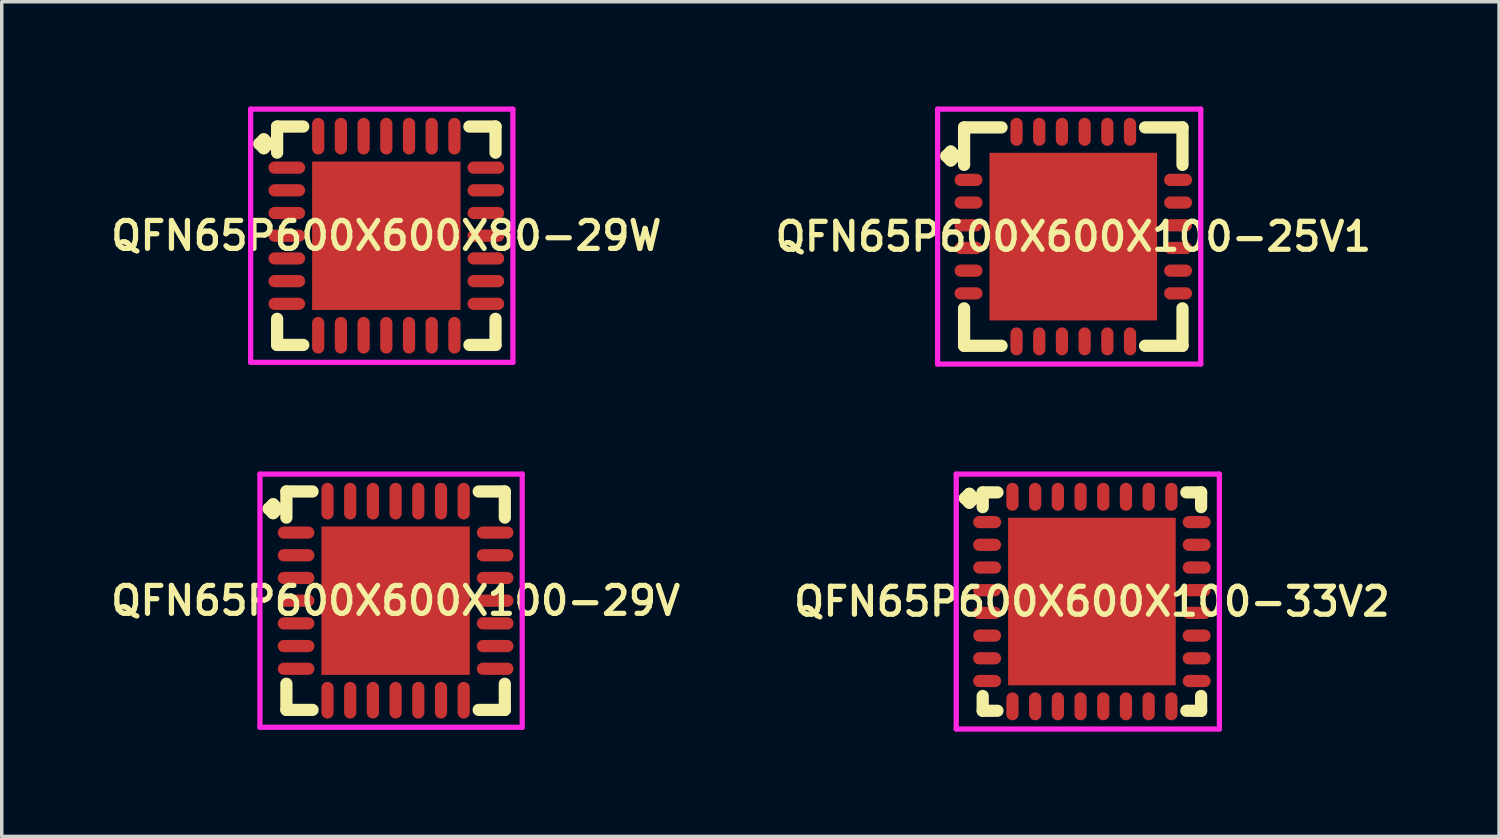
<source format=kicad_pcb>
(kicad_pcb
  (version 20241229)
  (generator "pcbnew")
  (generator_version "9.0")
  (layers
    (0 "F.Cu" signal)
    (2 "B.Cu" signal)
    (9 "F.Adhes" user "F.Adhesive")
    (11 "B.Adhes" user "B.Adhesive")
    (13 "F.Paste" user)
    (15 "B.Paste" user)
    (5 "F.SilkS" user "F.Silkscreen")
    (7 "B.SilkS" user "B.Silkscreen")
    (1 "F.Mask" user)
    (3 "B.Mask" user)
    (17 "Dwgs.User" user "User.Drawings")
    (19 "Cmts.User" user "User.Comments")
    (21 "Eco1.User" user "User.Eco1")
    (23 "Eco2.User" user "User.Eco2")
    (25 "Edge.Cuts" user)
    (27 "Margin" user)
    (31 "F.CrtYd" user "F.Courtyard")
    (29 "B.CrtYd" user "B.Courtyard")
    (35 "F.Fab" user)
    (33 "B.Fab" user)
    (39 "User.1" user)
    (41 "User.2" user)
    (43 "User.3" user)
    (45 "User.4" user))
  (footprint "QFN65P600X600X100-25V1"
    (layer "F.Cu")
    (at 27.683 3.725)
    (property "Reference" "QFN65P600X600X100-25V1" (at 0 0 0) (layer "F.SilkS") (effects (font (size 0.8 0.8) (thickness 0.15))))
    (attr smd)
    (fp_line (start -3.635 -2.308) (end -3.508 -2.435) (stroke (width 0.35) (type solid)) (layer "F.SilkS"))
    (fp_line (start -3.508 -2.435) (end -3.381 -2.308) (stroke (width 0.35) (type solid)) (layer "F.SilkS"))
    (fp_line (start -3.508 -2.181) (end -3.635 -2.308) (stroke (width 0.35) (type solid)) (layer "F.SilkS"))
    (fp_line (start -3.381 -2.308) (end -3.508 -2.181) (stroke (width 0.35) (type solid)) (layer "F.SilkS"))
    (fp_line (start -3.127 -3.127) (end -2.054 -3.127) (stroke (width 0.35) (type solid)) (layer "F.SilkS"))
    (fp_line (start -3.127 -2.054) (end -3.127 -3.127) (stroke (width 0.35) (type solid)) (layer "F.SilkS"))
    (fp_line (start -3.127 2.054) (end -3.127 3.127) (stroke (width 0.35) (type solid)) (layer "F.SilkS"))
    (fp_line (start -3.127 3.127) (end -2.054 3.127) (stroke (width 0.35) (type solid)) (layer "F.SilkS"))
    (fp_line (start 2.054 -3.127) (end 3.127 -3.127) (stroke (width 0.35) (type solid)) (layer "F.SilkS"))
    (fp_line (start 2.054 3.127) (end 3.127 3.127) (stroke (width 0.35) (type solid)) (layer "F.SilkS"))
    (fp_line (start 3.127 -3.127) (end 3.127 -2.054) (stroke (width 0.35) (type solid)) (layer "F.SilkS"))
    (fp_line (start 3.127 3.127) (end 3.127 2.054) (stroke (width 0.35) (type solid)) (layer "F.SilkS"))
    (fp_line (start -3.885 -3.65) (end 3.65 -3.65) (stroke (width 0.15) (type solid)) (layer "F.CrtYd"))
    (fp_line (start -3.885 3.65) (end -3.885 -3.65) (stroke (width 0.15) (type solid)) (layer "F.CrtYd"))
    (fp_line (start 3.65 -3.65) (end 3.65 3.65) (stroke (width 0.15) (type solid)) (layer "F.CrtYd"))
    (fp_line (start 3.65 3.65) (end -3.885 3.65) (stroke (width 0.15) (type solid)) (layer "F.CrtYd"))
    (pad "1" smd oval (at -3 -1.625) (size 0.8 0.35) (layers "F.Cu" "F.Mask" "F.Paste"))
    (pad "2" smd oval (at -3 -0.975) (size 0.8 0.35) (layers "F.Cu" "F.Mask" "F.Paste"))
    (pad "3" smd oval (at -3 -0.325) (size 0.8 0.35) (layers "F.Cu" "F.Mask" "F.Paste"))
    (pad "4" smd oval (at -3 0.325) (size 0.8 0.35) (layers "F.Cu" "F.Mask" "F.Paste"))
    (pad "5" smd oval (at -3 0.975) (size 0.8 0.35) (layers "F.Cu" "F.Mask" "F.Paste"))
    (pad "6" smd oval (at -3 1.625) (size 0.8 0.35) (layers "F.Cu" "F.Mask" "F.Paste"))
    (pad "7" smd oval (at -1.625 3) (size 0.35 0.8) (layers "F.Cu" "F.Mask" "F.Paste"))
    (pad "8" smd oval (at -0.975 3) (size 0.35 0.8) (layers "F.Cu" "F.Mask" "F.Paste"))
    (pad "9" smd oval (at -0.325 3) (size 0.35 0.8) (layers "F.Cu" "F.Mask" "F.Paste"))
    (pad "10" smd oval (at 0.325 3) (size 0.35 0.8) (layers "F.Cu" "F.Mask" "F.Paste"))
    (pad "11" smd oval (at 0.975 3) (size 0.35 0.8) (layers "F.Cu" "F.Mask" "F.Paste"))
    (pad "12" smd oval (at 1.625 3) (size 0.35 0.8) (layers "F.Cu" "F.Mask" "F.Paste"))
    (pad "13" smd oval (at 3 1.625) (size 0.8 0.35) (layers "F.Cu" "F.Mask" "F.Paste"))
    (pad "14" smd oval (at 3 0.975) (size 0.8 0.35) (layers "F.Cu" "F.Mask" "F.Paste"))
    (pad "15" smd oval (at 3 0.325) (size 0.8 0.35) (layers "F.Cu" "F.Mask" "F.Paste"))
    (pad "16" smd oval (at 3 -0.325) (size 0.8 0.35) (layers "F.Cu" "F.Mask" "F.Paste"))
    (pad "17" smd oval (at 3 -0.975) (size 0.8 0.35) (layers "F.Cu" "F.Mask" "F.Paste"))
    (pad "18" smd oval (at 3 -1.625) (size 0.8 0.35) (layers "F.Cu" "F.Mask" "F.Paste"))
    (pad "19" smd oval (at 1.625 -3) (size 0.35 0.8) (layers "F.Cu" "F.Mask" "F.Paste"))
    (pad "20" smd oval (at 0.975 -3) (size 0.35 0.8) (layers "F.Cu" "F.Mask" "F.Paste"))
    (pad "21" smd oval (at 0.325 -3) (size 0.35 0.8) (layers "F.Cu" "F.Mask" "F.Paste"))
    (pad "22" smd oval (at -0.325 -3) (size 0.35 0.8) (layers "F.Cu" "F.Mask" "F.Paste"))
    (pad "23" smd oval (at -0.975 -3) (size 0.35 0.8) (layers "F.Cu" "F.Mask" "F.Paste"))
    (pad "24" smd oval (at -1.625 -3) (size 0.35 0.8) (layers "F.Cu" "F.Mask" "F.Paste"))
    (pad "25" smd rect (at 0 0) (size 4.8 4.8) (layers "F.Cu" "F.Mask" "F.Paste")))
  (footprint "QFN65P600X600X80-29W"
    (layer "F.Cu")
    (at 8.012 3.7)
    (property "Reference" "QFN65P600X600X80-29W" (at 0 0 0) (layer "F.SilkS") (effects (font (size 0.8 0.8) (thickness 0.15))))
    (attr smd)
    (fp_line (start -3.635 -2.633) (end -3.508 -2.76) (stroke (width 0.35) (type solid)) (layer "F.SilkS"))
    (fp_line (start -3.508 -2.76) (end -3.381 -2.633) (stroke (width 0.35) (type solid)) (layer "F.SilkS"))
    (fp_line (start -3.508 -2.506) (end -3.635 -2.633) (stroke (width 0.35) (type solid)) (layer "F.SilkS"))
    (fp_line (start -3.381 -2.633) (end -3.508 -2.506) (stroke (width 0.35) (type solid)) (layer "F.SilkS"))
    (fp_line (start -3.127 -3.127) (end -2.379 -3.127) (stroke (width 0.35) (type solid)) (layer "F.SilkS"))
    (fp_line (start -3.127 -2.379) (end -3.127 -3.127) (stroke (width 0.35) (type solid)) (layer "F.SilkS"))
    (fp_line (start -3.127 2.379) (end -3.127 3.127) (stroke (width 0.35) (type solid)) (layer "F.SilkS"))
    (fp_line (start -3.127 3.127) (end -2.379 3.127) (stroke (width 0.35) (type solid)) (layer "F.SilkS"))
    (fp_line (start 2.379 -3.127) (end 3.127 -3.127) (stroke (width 0.35) (type solid)) (layer "F.SilkS"))
    (fp_line (start 2.379 3.127) (end 3.127 3.127) (stroke (width 0.35) (type solid)) (layer "F.SilkS"))
    (fp_line (start 3.127 -3.127) (end 3.127 -2.379) (stroke (width 0.35) (type solid)) (layer "F.SilkS"))
    (fp_line (start 3.127 3.127) (end 3.127 2.379) (stroke (width 0.35) (type solid)) (layer "F.SilkS"))
    (fp_line (start -3.885 -3.625) (end 3.625 -3.625) (stroke (width 0.15) (type solid)) (layer "F.CrtYd"))
    (fp_line (start -3.885 3.625) (end -3.885 -3.625) (stroke (width 0.15) (type solid)) (layer "F.CrtYd"))
    (fp_line (start 3.625 -3.625) (end 3.625 3.625) (stroke (width 0.15) (type solid)) (layer "F.CrtYd"))
    (fp_line (start 3.625 3.625) (end -3.885 3.625) (stroke (width 0.15) (type solid)) (layer "F.CrtYd"))
    (pad "1" smd oval (at -2.85 -1.95) (size 1.05 0.35) (layers "F.Cu" "F.Mask" "F.Paste"))
    (pad "2" smd oval (at -2.85 -1.3) (size 1.05 0.35) (layers "F.Cu" "F.Mask" "F.Paste"))
    (pad "3" smd oval (at -2.85 -0.65) (size 1.05 0.35) (layers "F.Cu" "F.Mask" "F.Paste"))
    (pad "4" smd oval (at -2.85 0) (size 1.05 0.35) (layers "F.Cu" "F.Mask" "F.Paste"))
    (pad "5" smd oval (at -2.85 0.65) (size 1.05 0.35) (layers "F.Cu" "F.Mask" "F.Paste"))
    (pad "6" smd oval (at -2.85 1.3) (size 1.05 0.35) (layers "F.Cu" "F.Mask" "F.Paste"))
    (pad "7" smd oval (at -2.85 1.95) (size 1.05 0.35) (layers "F.Cu" "F.Mask" "F.Paste"))
    (pad "8" smd oval (at -1.95 2.85) (size 0.35 1.05) (layers "F.Cu" "F.Mask" "F.Paste"))
    (pad "9" smd oval (at -1.3 2.85) (size 0.35 1.05) (layers "F.Cu" "F.Mask" "F.Paste"))
    (pad "10" smd oval (at -0.65 2.85) (size 0.35 1.05) (layers "F.Cu" "F.Mask" "F.Paste"))
    (pad "11" smd oval (at 0 2.85) (size 0.35 1.05) (layers "F.Cu" "F.Mask" "F.Paste"))
    (pad "12" smd oval (at 0.65 2.85) (size 0.35 1.05) (layers "F.Cu" "F.Mask" "F.Paste"))
    (pad "13" smd oval (at 1.3 2.85) (size 0.35 1.05) (layers "F.Cu" "F.Mask" "F.Paste"))
    (pad "14" smd oval (at 1.95 2.85) (size 0.35 1.05) (layers "F.Cu" "F.Mask" "F.Paste"))
    (pad "15" smd oval (at 2.85 1.95) (size 1.05 0.35) (layers "F.Cu" "F.Mask" "F.Paste"))
    (pad "16" smd oval (at 2.85 1.3) (size 1.05 0.35) (layers "F.Cu" "F.Mask" "F.Paste"))
    (pad "17" smd oval (at 2.85 0.65) (size 1.05 0.35) (layers "F.Cu" "F.Mask" "F.Paste"))
    (pad "18" smd oval (at 2.85 0) (size 1.05 0.35) (layers "F.Cu" "F.Mask" "F.Paste"))
    (pad "19" smd oval (at 2.85 -0.65) (size 1.05 0.35) (layers "F.Cu" "F.Mask" "F.Paste"))
    (pad "20" smd oval (at 2.85 -1.3) (size 1.05 0.35) (layers "F.Cu" "F.Mask" "F.Paste"))
    (pad "21" smd oval (at 2.85 -1.95) (size 1.05 0.35) (layers "F.Cu" "F.Mask" "F.Paste"))
    (pad "22" smd oval (at 1.95 -2.85) (size 0.35 1.05) (layers "F.Cu" "F.Mask" "F.Paste"))
    (pad "23" smd oval (at 1.3 -2.85) (size 0.35 1.05) (layers "F.Cu" "F.Mask" "F.Paste"))
    (pad "24" smd oval (at 0.65 -2.85) (size 0.35 1.05) (layers "F.Cu" "F.Mask" "F.Paste"))
    (pad "25" smd oval (at 0 -2.85) (size 0.35 1.05) (layers "F.Cu" "F.Mask" "F.Paste"))
    (pad "26" smd oval (at -0.65 -2.85) (size 0.35 1.05) (layers "F.Cu" "F.Mask" "F.Paste"))
    (pad "27" smd oval (at -1.3 -2.85) (size 0.35 1.05) (layers "F.Cu" "F.Mask" "F.Paste"))
    (pad "28" smd oval (at -1.95 -2.85) (size 0.35 1.05) (layers "F.Cu" "F.Mask" "F.Paste"))
    (pad "29" smd rect (at 0 0) (size 4.25 4.25) (layers "F.Cu" "F.Mask" "F.Paste")))
  (footprint "QFN65P600X600X100-33V2"
    (layer "F.Cu")
    (at 28.216 14.175)
    (property "Reference" "QFN65P600X600X100-33V2" (at 0 0 0) (layer "F.SilkS") (effects (font (size 0.8 0.8) (thickness 0.15))))
    (attr smd)
    (fp_line (start -3.635 -2.958) (end -3.508 -3.085) (stroke (width 0.35) (type solid)) (layer "F.SilkS"))
    (fp_line (start -3.508 -3.085) (end -3.381 -2.958) (stroke (width 0.35) (type solid)) (layer "F.SilkS"))
    (fp_line (start -3.508 -2.831) (end -3.635 -2.958) (stroke (width 0.35) (type solid)) (layer "F.SilkS"))
    (fp_line (start -3.381 -2.958) (end -3.508 -2.831) (stroke (width 0.35) (type solid)) (layer "F.SilkS"))
    (fp_line (start -3.127 -3.127) (end -2.704 -3.127) (stroke (width 0.35) (type solid)) (layer "F.SilkS"))
    (fp_line (start -3.127 -2.704) (end -3.127 -3.127) (stroke (width 0.35) (type solid)) (layer "F.SilkS"))
    (fp_line (start -3.127 2.704) (end -3.127 3.127) (stroke (width 0.35) (type solid)) (layer "F.SilkS"))
    (fp_line (start -3.127 3.127) (end -2.704 3.127) (stroke (width 0.35) (type solid)) (layer "F.SilkS"))
    (fp_line (start 2.704 -3.127) (end 3.127 -3.127) (stroke (width 0.35) (type solid)) (layer "F.SilkS"))
    (fp_line (start 2.704 3.127) (end 3.127 3.127) (stroke (width 0.35) (type solid)) (layer "F.SilkS"))
    (fp_line (start 3.127 -3.127) (end 3.127 -2.704) (stroke (width 0.35) (type solid)) (layer "F.SilkS"))
    (fp_line (start 3.127 3.127) (end 3.127 2.704) (stroke (width 0.35) (type solid)) (layer "F.SilkS"))
    (fp_line (start -3.885 -3.65) (end 3.65 -3.65) (stroke (width 0.15) (type solid)) (layer "F.CrtYd"))
    (fp_line (start -3.885 3.65) (end -3.885 -3.65) (stroke (width 0.15) (type solid)) (layer "F.CrtYd"))
    (fp_line (start 3.65 -3.65) (end 3.65 3.65) (stroke (width 0.15) (type solid)) (layer "F.CrtYd"))
    (fp_line (start 3.65 3.65) (end -3.885 3.65) (stroke (width 0.15) (type solid)) (layer "F.CrtYd"))
    (pad "1" smd oval (at -3 -2.275) (size 0.8 0.35) (layers "F.Cu" "F.Mask" "F.Paste"))
    (pad "2" smd oval (at -3 -1.625) (size 0.8 0.35) (layers "F.Cu" "F.Mask" "F.Paste"))
    (pad "3" smd oval (at -3 -0.975) (size 0.8 0.35) (layers "F.Cu" "F.Mask" "F.Paste"))
    (pad "4" smd oval (at -3 -0.325) (size 0.8 0.35) (layers "F.Cu" "F.Mask" "F.Paste"))
    (pad "5" smd oval (at -3 0.325) (size 0.8 0.35) (layers "F.Cu" "F.Mask" "F.Paste"))
    (pad "6" smd oval (at -3 0.975) (size 0.8 0.35) (layers "F.Cu" "F.Mask" "F.Paste"))
    (pad "7" smd oval (at -3 1.625) (size 0.8 0.35) (layers "F.Cu" "F.Mask" "F.Paste"))
    (pad "8" smd oval (at -3 2.275) (size 0.8 0.35) (layers "F.Cu" "F.Mask" "F.Paste"))
    (pad "9" smd oval (at -2.275 3) (size 0.35 0.8) (layers "F.Cu" "F.Mask" "F.Paste"))
    (pad "10" smd oval (at -1.625 3) (size 0.35 0.8) (layers "F.Cu" "F.Mask" "F.Paste"))
    (pad "11" smd oval (at -0.975 3) (size 0.35 0.8) (layers "F.Cu" "F.Mask" "F.Paste"))
    (pad "12" smd oval (at -0.325 3) (size 0.35 0.8) (layers "F.Cu" "F.Mask" "F.Paste"))
    (pad "13" smd oval (at 0.325 3) (size 0.35 0.8) (layers "F.Cu" "F.Mask" "F.Paste"))
    (pad "14" smd oval (at 0.975 3) (size 0.35 0.8) (layers "F.Cu" "F.Mask" "F.Paste"))
    (pad "15" smd oval (at 1.625 3) (size 0.35 0.8) (layers "F.Cu" "F.Mask" "F.Paste"))
    (pad "16" smd oval (at 2.275 3) (size 0.35 0.8) (layers "F.Cu" "F.Mask" "F.Paste"))
    (pad "17" smd oval (at 3 2.275) (size 0.8 0.35) (layers "F.Cu" "F.Mask" "F.Paste"))
    (pad "18" smd oval (at 3 1.625) (size 0.8 0.35) (layers "F.Cu" "F.Mask" "F.Paste"))
    (pad "19" smd oval (at 3 0.975) (size 0.8 0.35) (layers "F.Cu" "F.Mask" "F.Paste"))
    (pad "20" smd oval (at 3 0.325) (size 0.8 0.35) (layers "F.Cu" "F.Mask" "F.Paste"))
    (pad "21" smd oval (at 3 -0.325) (size 0.8 0.35) (layers "F.Cu" "F.Mask" "F.Paste"))
    (pad "22" smd oval (at 3 -0.975) (size 0.8 0.35) (layers "F.Cu" "F.Mask" "F.Paste"))
    (pad "23" smd oval (at 3 -1.625) (size 0.8 0.35) (layers "F.Cu" "F.Mask" "F.Paste"))
    (pad "24" smd oval (at 3 -2.275) (size 0.8 0.35) (layers "F.Cu" "F.Mask" "F.Paste"))
    (pad "25" smd oval (at 2.275 -3) (size 0.35 0.8) (layers "F.Cu" "F.Mask" "F.Paste"))
    (pad "26" smd oval (at 1.625 -3) (size 0.35 0.8) (layers "F.Cu" "F.Mask" "F.Paste"))
    (pad "27" smd oval (at 0.975 -3) (size 0.35 0.8) (layers "F.Cu" "F.Mask" "F.Paste"))
    (pad "28" smd oval (at 0.325 -3) (size 0.35 0.8) (layers "F.Cu" "F.Mask" "F.Paste"))
    (pad "29" smd oval (at -0.325 -3) (size 0.35 0.8) (layers "F.Cu" "F.Mask" "F.Paste"))
    (pad "30" smd oval (at -0.975 -3) (size 0.35 0.8) (layers "F.Cu" "F.Mask" "F.Paste"))
    (pad "31" smd oval (at -1.625 -3) (size 0.35 0.8) (layers "F.Cu" "F.Mask" "F.Paste"))
    (pad "32" smd oval (at -2.275 -3) (size 0.35 0.8) (layers "F.Cu" "F.Mask" "F.Paste"))
    (pad "33" smd rect (at 0 0) (size 4.8 4.8) (layers "F.Cu" "F.Mask" "F.Paste")))
  (footprint "QFN65P600X600X100-29V"
    (layer "F.Cu")
    (at 8.278 14.15)
    (property "Reference" "QFN65P600X600X100-29V" (at 0 0 0) (layer "F.SilkS") (effects (font (size 0.8 0.8) (thickness 0.15))))
    (attr smd)
    (fp_line (start -3.635 -2.633) (end -3.508 -2.76) (stroke (width 0.35) (type solid)) (layer "F.SilkS"))
    (fp_line (start -3.508 -2.76) (end -3.381 -2.633) (stroke (width 0.35) (type solid)) (layer "F.SilkS"))
    (fp_line (start -3.508 -2.506) (end -3.635 -2.633) (stroke (width 0.35) (type solid)) (layer "F.SilkS"))
    (fp_line (start -3.381 -2.633) (end -3.508 -2.506) (stroke (width 0.35) (type solid)) (layer "F.SilkS"))
    (fp_line (start -3.127 -3.127) (end -2.379 -3.127) (stroke (width 0.35) (type solid)) (layer "F.SilkS"))
    (fp_line (start -3.127 -2.379) (end -3.127 -3.127) (stroke (width 0.35) (type solid)) (layer "F.SilkS"))
    (fp_line (start -3.127 2.379) (end -3.127 3.127) (stroke (width 0.35) (type solid)) (layer "F.SilkS"))
    (fp_line (start -3.127 3.127) (end -2.379 3.127) (stroke (width 0.35) (type solid)) (layer "F.SilkS"))
    (fp_line (start 2.379 -3.127) (end 3.127 -3.127) (stroke (width 0.35) (type solid)) (layer "F.SilkS"))
    (fp_line (start 2.379 3.127) (end 3.127 3.127) (stroke (width 0.35) (type solid)) (layer "F.SilkS"))
    (fp_line (start 3.127 -3.127) (end 3.127 -2.379) (stroke (width 0.35) (type solid)) (layer "F.SilkS"))
    (fp_line (start 3.127 3.127) (end 3.127 2.379) (stroke (width 0.35) (type solid)) (layer "F.SilkS"))
    (fp_line (start -3.885 -3.625) (end 3.625 -3.625) (stroke (width 0.15) (type solid)) (layer "F.CrtYd"))
    (fp_line (start -3.885 3.625) (end -3.885 -3.625) (stroke (width 0.15) (type solid)) (layer "F.CrtYd"))
    (fp_line (start 3.625 -3.625) (end 3.625 3.625) (stroke (width 0.15) (type solid)) (layer "F.CrtYd"))
    (fp_line (start 3.625 3.625) (end -3.885 3.625) (stroke (width 0.15) (type solid)) (layer "F.CrtYd"))
    (pad "1" smd oval (at -2.85 -1.95) (size 1.05 0.35) (layers "F.Cu" "F.Mask" "F.Paste"))
    (pad "2" smd oval (at -2.85 -1.3) (size 1.05 0.35) (layers "F.Cu" "F.Mask" "F.Paste"))
    (pad "3" smd oval (at -2.85 -0.65) (size 1.05 0.35) (layers "F.Cu" "F.Mask" "F.Paste"))
    (pad "4" smd oval (at -2.85 0) (size 1.05 0.35) (layers "F.Cu" "F.Mask" "F.Paste"))
    (pad "5" smd oval (at -2.85 0.65) (size 1.05 0.35) (layers "F.Cu" "F.Mask" "F.Paste"))
    (pad "6" smd oval (at -2.85 1.3) (size 1.05 0.35) (layers "F.Cu" "F.Mask" "F.Paste"))
    (pad "7" smd oval (at -2.85 1.95) (size 1.05 0.35) (layers "F.Cu" "F.Mask" "F.Paste"))
    (pad "8" smd oval (at -1.95 2.85) (size 0.35 1.05) (layers "F.Cu" "F.Mask" "F.Paste"))
    (pad "9" smd oval (at -1.3 2.85) (size 0.35 1.05) (layers "F.Cu" "F.Mask" "F.Paste"))
    (pad "10" smd oval (at -0.65 2.85) (size 0.35 1.05) (layers "F.Cu" "F.Mask" "F.Paste"))
    (pad "11" smd oval (at 0 2.85) (size 0.35 1.05) (layers "F.Cu" "F.Mask" "F.Paste"))
    (pad "12" smd oval (at 0.65 2.85) (size 0.35 1.05) (layers "F.Cu" "F.Mask" "F.Paste"))
    (pad "13" smd oval (at 1.3 2.85) (size 0.35 1.05) (layers "F.Cu" "F.Mask" "F.Paste"))
    (pad "14" smd oval (at 1.95 2.85) (size 0.35 1.05) (layers "F.Cu" "F.Mask" "F.Paste"))
    (pad "15" smd oval (at 2.85 1.95) (size 1.05 0.35) (layers "F.Cu" "F.Mask" "F.Paste"))
    (pad "16" smd oval (at 2.85 1.3) (size 1.05 0.35) (layers "F.Cu" "F.Mask" "F.Paste"))
    (pad "17" smd oval (at 2.85 0.65) (size 1.05 0.35) (layers "F.Cu" "F.Mask" "F.Paste"))
    (pad "18" smd oval (at 2.85 0) (size 1.05 0.35) (layers "F.Cu" "F.Mask" "F.Paste"))
    (pad "19" smd oval (at 2.85 -0.65) (size 1.05 0.35) (layers "F.Cu" "F.Mask" "F.Paste"))
    (pad "20" smd oval (at 2.85 -1.3) (size 1.05 0.35) (layers "F.Cu" "F.Mask" "F.Paste"))
    (pad "21" smd oval (at 2.85 -1.95) (size 1.05 0.35) (layers "F.Cu" "F.Mask" "F.Paste"))
    (pad "22" smd oval (at 1.95 -2.85) (size 0.35 1.05) (layers "F.Cu" "F.Mask" "F.Paste"))
    (pad "23" smd oval (at 1.3 -2.85) (size 0.35 1.05) (layers "F.Cu" "F.Mask" "F.Paste"))
    (pad "24" smd oval (at 0.65 -2.85) (size 0.35 1.05) (layers "F.Cu" "F.Mask" "F.Paste"))
    (pad "25" smd oval (at 0 -2.85) (size 0.35 1.05) (layers "F.Cu" "F.Mask" "F.Paste"))
    (pad "26" smd oval (at -0.65 -2.85) (size 0.35 1.05) (layers "F.Cu" "F.Mask" "F.Paste"))
    (pad "27" smd oval (at -1.3 -2.85) (size 0.35 1.05) (layers "F.Cu" "F.Mask" "F.Paste"))
    (pad "28" smd oval (at -1.95 -2.85) (size 0.35 1.05) (layers "F.Cu" "F.Mask" "F.Paste"))
    (pad "29" smd rect (at 0 0) (size 4.25 4.25) (layers "F.Cu" "F.Mask" "F.Paste")))
  (gr_rect
    (start -3 -3)
    (end 39.875 20.9)
    (stroke (width 0.1) (type default))
    (fill no)
    (layer "Edge.Cuts")))
</source>
